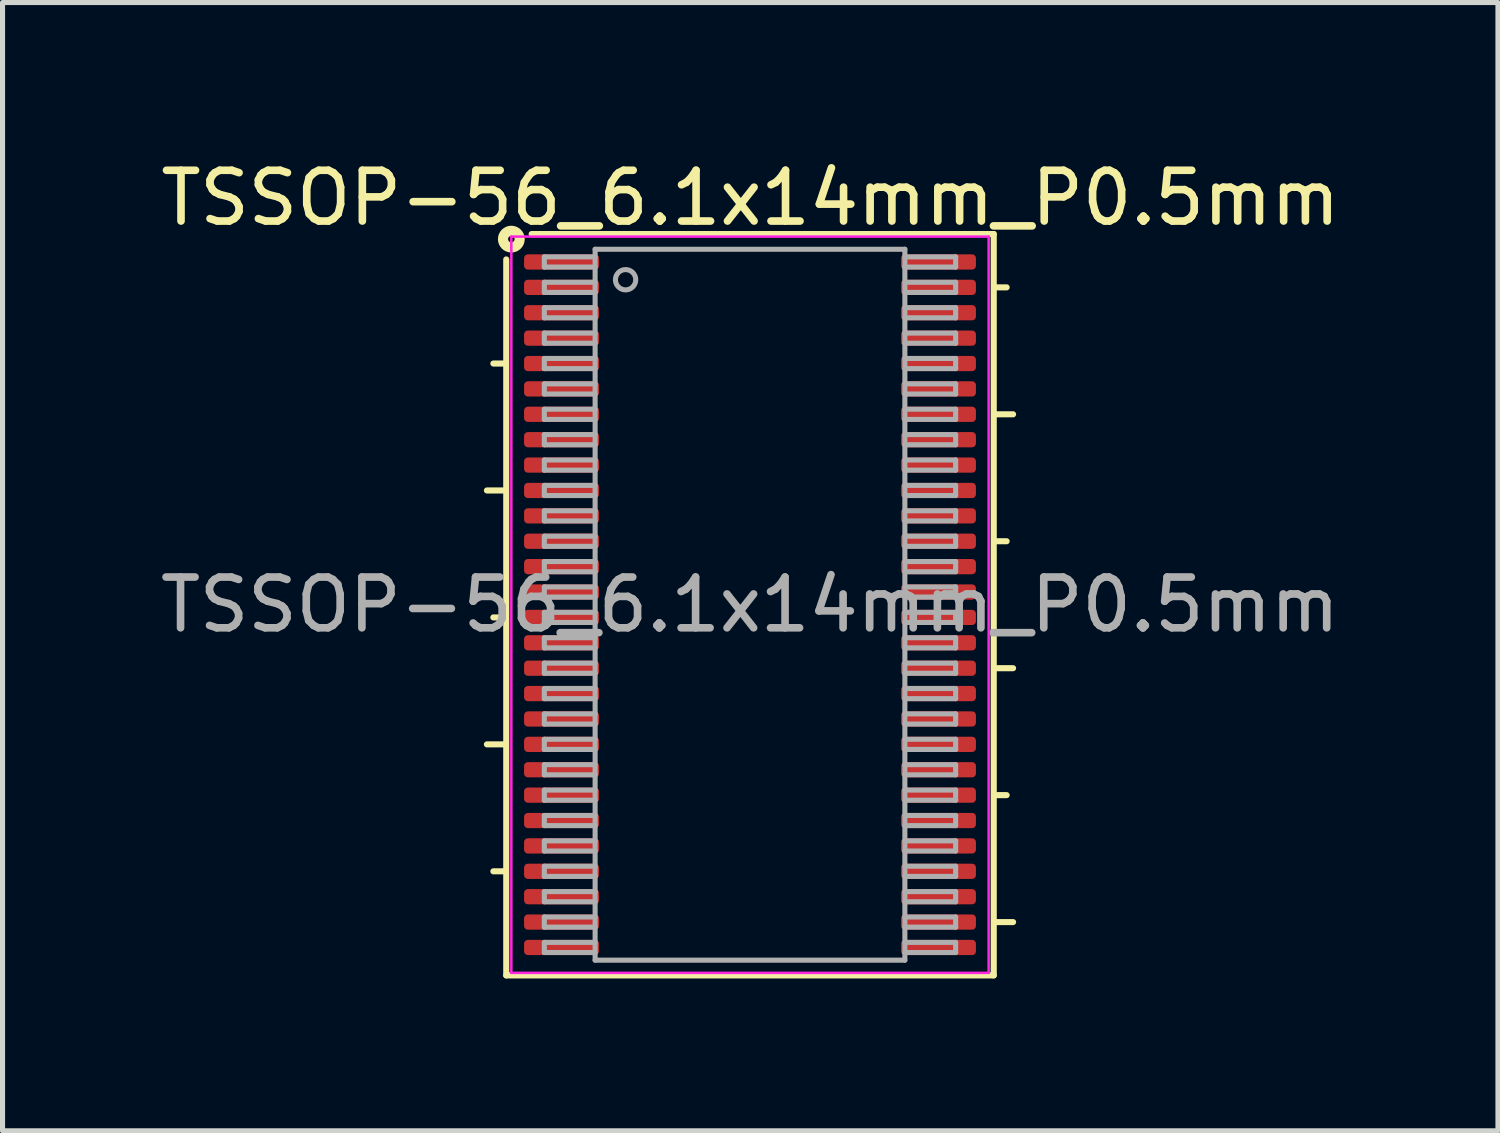
<source format=kicad_pcb>
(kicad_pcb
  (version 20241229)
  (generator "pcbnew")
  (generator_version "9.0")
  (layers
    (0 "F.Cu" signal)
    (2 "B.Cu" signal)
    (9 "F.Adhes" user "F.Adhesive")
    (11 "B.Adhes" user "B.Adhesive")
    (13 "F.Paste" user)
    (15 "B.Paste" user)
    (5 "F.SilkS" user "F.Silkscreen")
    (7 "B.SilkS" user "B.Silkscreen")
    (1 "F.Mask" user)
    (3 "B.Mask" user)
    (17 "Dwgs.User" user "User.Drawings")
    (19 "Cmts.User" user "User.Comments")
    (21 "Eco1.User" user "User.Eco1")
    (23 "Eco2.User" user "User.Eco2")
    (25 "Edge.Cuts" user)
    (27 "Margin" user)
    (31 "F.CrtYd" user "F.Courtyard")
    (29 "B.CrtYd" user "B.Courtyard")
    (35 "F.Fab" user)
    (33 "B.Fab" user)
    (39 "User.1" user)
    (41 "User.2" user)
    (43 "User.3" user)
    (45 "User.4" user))
  (footprint "TSSOP-56_6.1x14mm_P0.5mm"
    (layer "F.Cu")
    (at 11.72 8.859)
    (property "Reference" "TSSOP-56_6.1x14mm_P0.5mm" (at 0.009 -8.011 0) (layer "F.SilkS") (effects (font (size 1 1) (thickness 0.15))))
    (attr smd)
    (fp_line (start -5.181 -2.25) (end -4.851 -2.25) (stroke (width 0.12) (type solid)) (layer "F.SilkS"))
    (fp_line (start -5.181 2.75) (end -4.851 2.75) (stroke (width 0.12) (type solid)) (layer "F.SilkS"))
    (fp_line (start -5.054 -4.75) (end -4.851 -4.75) (stroke (width 0.12) (type solid)) (layer "F.SilkS"))
    (fp_line (start -5.054 0.25) (end -4.851 0.25) (stroke (width 0.12) (type solid)) (layer "F.SilkS"))
    (fp_line (start -5.054 5.25) (end -4.851 5.25) (stroke (width 0.12) (type solid)) (layer "F.SilkS"))
    (fp_line (start -4.8 -6.8) (end -4.8 7.3) (stroke (width 0.12) (type solid)) (layer "F.SilkS"))
    (fp_line (start -4.8 7.3) (end 4.8 7.3) (stroke (width 0.12) (type solid)) (layer "F.SilkS"))
    (fp_line (start 4.8 -7.3) (end -4.3 -7.3) (stroke (width 0.12) (type solid)) (layer "F.SilkS"))
    (fp_line (start 4.8 7.3) (end 4.8 -7.3) (stroke (width 0.12) (type solid)) (layer "F.SilkS"))
    (fp_line (start 5.054 -6.25) (end 4.851 -6.25) (stroke (width 0.12) (type solid)) (layer "F.SilkS"))
    (fp_line (start 5.054 -1.25) (end 4.851 -1.25) (stroke (width 0.12) (type solid)) (layer "F.SilkS"))
    (fp_line (start 5.054 3.75) (end 4.851 3.75) (stroke (width 0.12) (type solid)) (layer "F.SilkS"))
    (fp_line (start 5.181 -3.75) (end 4.851 -3.75) (stroke (width 0.12) (type solid)) (layer "F.SilkS"))
    (fp_line (start 5.181 1.25) (end 4.851 1.25) (stroke (width 0.12) (type solid)) (layer "F.SilkS"))
    (fp_line (start 5.181 6.25) (end 4.851 6.25) (stroke (width 0.12) (type solid)) (layer "F.SilkS"))
    (fp_circle (center -4.7 -7.2) (end -4.636 -7.2) (stroke (width 0.2) (type solid)) (fill no) (layer "F.SilkS"))
    (fp_line (start -4.7 -7.25) (end -4.7 7.25) (stroke (width 0.05) (type solid)) (layer "F.CrtYd"))
    (fp_line (start -4.7 7.25) (end 4.7 7.25) (stroke (width 0.05) (type solid)) (layer "F.CrtYd"))
    (fp_line (start 4.7 -7.25) (end -4.7 -7.25) (stroke (width 0.05) (type solid)) (layer "F.CrtYd"))
    (fp_line (start 4.7 7.25) (end 4.7 -7.25) (stroke (width 0.05) (type solid)) (layer "F.CrtYd"))
    (fp_line (start -4.05 -6.85) (end -4.05 -6.65) (stroke (width 0.1) (type solid)) (layer "F.Fab"))
    (fp_line (start -4.05 -6.85) (end -3.05 -6.85) (stroke (width 0.1) (type solid)) (layer "F.Fab"))
    (fp_line (start -4.05 -6.65) (end -3.05 -6.65) (stroke (width 0.1) (type solid)) (layer "F.Fab"))
    (fp_line (start -4.05 -6.35) (end -4.05 -6.15) (stroke (width 0.1) (type solid)) (layer "F.Fab"))
    (fp_line (start -4.05 -6.35) (end -3.05 -6.35) (stroke (width 0.1) (type solid)) (layer "F.Fab"))
    (fp_line (start -4.05 -6.15) (end -3.05 -6.15) (stroke (width 0.1) (type solid)) (layer "F.Fab"))
    (fp_line (start -4.05 -5.85) (end -4.05 -5.65) (stroke (width 0.1) (type solid)) (layer "F.Fab"))
    (fp_line (start -4.05 -5.85) (end -3.05 -5.85) (stroke (width 0.1) (type solid)) (layer "F.Fab"))
    (fp_line (start -4.05 -5.65) (end -3.05 -5.65) (stroke (width 0.1) (type solid)) (layer "F.Fab"))
    (fp_line (start -4.05 -5.35) (end -4.05 -5.15) (stroke (width 0.1) (type solid)) (layer "F.Fab"))
    (fp_line (start -4.05 -5.35) (end -3.05 -5.35) (stroke (width 0.1) (type solid)) (layer "F.Fab"))
    (fp_line (start -4.05 -5.15) (end -3.05 -5.15) (stroke (width 0.1) (type solid)) (layer "F.Fab"))
    (fp_line (start -4.05 -4.85) (end -4.05 -4.65) (stroke (width 0.1) (type solid)) (layer "F.Fab"))
    (fp_line (start -4.05 -4.85) (end -3.05 -4.85) (stroke (width 0.1) (type solid)) (layer "F.Fab"))
    (fp_line (start -4.05 -4.65) (end -3.05 -4.65) (stroke (width 0.1) (type solid)) (layer "F.Fab"))
    (fp_line (start -4.05 -4.35) (end -4.05 -4.15) (stroke (width 0.1) (type solid)) (layer "F.Fab"))
    (fp_line (start -4.05 -4.35) (end -3.05 -4.35) (stroke (width 0.1) (type solid)) (layer "F.Fab"))
    (fp_line (start -4.05 -4.15) (end -3.05 -4.15) (stroke (width 0.1) (type solid)) (layer "F.Fab"))
    (fp_line (start -4.05 -3.85) (end -4.05 -3.65) (stroke (width 0.1) (type solid)) (layer "F.Fab"))
    (fp_line (start -4.05 -3.85) (end -3.05 -3.85) (stroke (width 0.1) (type solid)) (layer "F.Fab"))
    (fp_line (start -4.05 -3.65) (end -3.05 -3.65) (stroke (width 0.1) (type solid)) (layer "F.Fab"))
    (fp_line (start -4.05 -3.35) (end -4.05 -3.15) (stroke (width 0.1) (type solid)) (layer "F.Fab"))
    (fp_line (start -4.05 -3.35) (end -3.05 -3.35) (stroke (width 0.1) (type solid)) (layer "F.Fab"))
    (fp_line (start -4.05 -3.15) (end -3.05 -3.15) (stroke (width 0.1) (type solid)) (layer "F.Fab"))
    (fp_line (start -4.05 -2.85) (end -4.05 -2.65) (stroke (width 0.1) (type solid)) (layer "F.Fab"))
    (fp_line (start -4.05 -2.85) (end -3.05 -2.85) (stroke (width 0.1) (type solid)) (layer "F.Fab"))
    (fp_line (start -4.05 -2.65) (end -3.05 -2.65) (stroke (width 0.1) (type solid)) (layer "F.Fab"))
    (fp_line (start -4.05 -2.35) (end -4.05 -2.15) (stroke (width 0.1) (type solid)) (layer "F.Fab"))
    (fp_line (start -4.05 -2.35) (end -3.05 -2.35) (stroke (width 0.1) (type solid)) (layer "F.Fab"))
    (fp_line (start -4.05 -2.15) (end -3.05 -2.15) (stroke (width 0.1) (type solid)) (layer "F.Fab"))
    (fp_line (start -4.05 -1.85) (end -4.05 -1.65) (stroke (width 0.1) (type solid)) (layer "F.Fab"))
    (fp_line (start -4.05 -1.85) (end -3.05 -1.85) (stroke (width 0.1) (type solid)) (layer "F.Fab"))
    (fp_line (start -4.05 -1.65) (end -3.05 -1.65) (stroke (width 0.1) (type solid)) (layer "F.Fab"))
    (fp_line (start -4.05 -1.35) (end -4.05 -1.15) (stroke (width 0.1) (type solid)) (layer "F.Fab"))
    (fp_line (start -4.05 -1.35) (end -3.05 -1.35) (stroke (width 0.1) (type solid)) (layer "F.Fab"))
    (fp_line (start -4.05 -1.15) (end -3.05 -1.15) (stroke (width 0.1) (type solid)) (layer "F.Fab"))
    (fp_line (start -4.05 -0.85) (end -4.05 -0.65) (stroke (width 0.1) (type solid)) (layer "F.Fab"))
    (fp_line (start -4.05 -0.85) (end -3.05 -0.85) (stroke (width 0.1) (type solid)) (layer "F.Fab"))
    (fp_line (start -4.05 -0.65) (end -3.05 -0.65) (stroke (width 0.1) (type solid)) (layer "F.Fab"))
    (fp_line (start -4.05 -0.35) (end -4.05 -0.15) (stroke (width 0.1) (type solid)) (layer "F.Fab"))
    (fp_line (start -4.05 -0.35) (end -3.05 -0.35) (stroke (width 0.1) (type solid)) (layer "F.Fab"))
    (fp_line (start -4.05 -0.15) (end -3.05 -0.15) (stroke (width 0.1) (type solid)) (layer "F.Fab"))
    (fp_line (start -4.05 0.15) (end -4.05 0.35) (stroke (width 0.1) (type solid)) (layer "F.Fab"))
    (fp_line (start -4.05 0.15) (end -3.05 0.15) (stroke (width 0.1) (type solid)) (layer "F.Fab"))
    (fp_line (start -4.05 0.35) (end -3.05 0.35) (stroke (width 0.1) (type solid)) (layer "F.Fab"))
    (fp_line (start -4.05 0.65) (end -4.05 0.85) (stroke (width 0.1) (type solid)) (layer "F.Fab"))
    (fp_line (start -4.05 0.65) (end -3.05 0.65) (stroke (width 0.1) (type solid)) (layer "F.Fab"))
    (fp_line (start -4.05 0.85) (end -3.05 0.85) (stroke (width 0.1) (type solid)) (layer "F.Fab"))
    (fp_line (start -4.05 1.15) (end -4.05 1.35) (stroke (width 0.1) (type solid)) (layer "F.Fab"))
    (fp_line (start -4.05 1.15) (end -3.05 1.15) (stroke (width 0.1) (type solid)) (layer "F.Fab"))
    (fp_line (start -4.05 1.35) (end -3.05 1.35) (stroke (width 0.1) (type solid)) (layer "F.Fab"))
    (fp_line (start -4.05 1.65) (end -4.05 1.85) (stroke (width 0.1) (type solid)) (layer "F.Fab"))
    (fp_line (start -4.05 1.65) (end -3.05 1.65) (stroke (width 0.1) (type solid)) (layer "F.Fab"))
    (fp_line (start -4.05 1.85) (end -3.05 1.85) (stroke (width 0.1) (type solid)) (layer "F.Fab"))
    (fp_line (start -4.05 2.15) (end -4.05 2.35) (stroke (width 0.1) (type solid)) (layer "F.Fab"))
    (fp_line (start -4.05 2.15) (end -3.05 2.15) (stroke (width 0.1) (type solid)) (layer "F.Fab"))
    (fp_line (start -4.05 2.35) (end -3.05 2.35) (stroke (width 0.1) (type solid)) (layer "F.Fab"))
    (fp_line (start -4.05 2.65) (end -4.05 2.85) (stroke (width 0.1) (type solid)) (layer "F.Fab"))
    (fp_line (start -4.05 2.65) (end -3.05 2.65) (stroke (width 0.1) (type solid)) (layer "F.Fab"))
    (fp_line (start -4.05 2.85) (end -3.05 2.85) (stroke (width 0.1) (type solid)) (layer "F.Fab"))
    (fp_line (start -4.05 3.15) (end -4.05 3.35) (stroke (width 0.1) (type solid)) (layer "F.Fab"))
    (fp_line (start -4.05 3.15) (end -3.05 3.15) (stroke (width 0.1) (type solid)) (layer "F.Fab"))
    (fp_line (start -4.05 3.35) (end -3.05 3.35) (stroke (width 0.1) (type solid)) (layer "F.Fab"))
    (fp_line (start -4.05 3.65) (end -4.05 3.85) (stroke (width 0.1) (type solid)) (layer "F.Fab"))
    (fp_line (start -4.05 3.65) (end -3.05 3.65) (stroke (width 0.1) (type solid)) (layer "F.Fab"))
    (fp_line (start -4.05 3.85) (end -3.05 3.85) (stroke (width 0.1) (type solid)) (layer "F.Fab"))
    (fp_line (start -4.05 4.15) (end -4.05 4.35) (stroke (width 0.1) (type solid)) (layer "F.Fab"))
    (fp_line (start -4.05 4.15) (end -3.05 4.15) (stroke (width 0.1) (type solid)) (layer "F.Fab"))
    (fp_line (start -4.05 4.35) (end -3.05 4.35) (stroke (width 0.1) (type solid)) (layer "F.Fab"))
    (fp_line (start -4.05 4.65) (end -4.05 4.85) (stroke (width 0.1) (type solid)) (layer "F.Fab"))
    (fp_line (start -4.05 4.65) (end -3.05 4.65) (stroke (width 0.1) (type solid)) (layer "F.Fab"))
    (fp_line (start -4.05 4.85) (end -3.05 4.85) (stroke (width 0.1) (type solid)) (layer "F.Fab"))
    (fp_line (start -4.05 5.15) (end -4.05 5.35) (stroke (width 0.1) (type solid)) (layer "F.Fab"))
    (fp_line (start -4.05 5.15) (end -3.05 5.15) (stroke (width 0.1) (type solid)) (layer "F.Fab"))
    (fp_line (start -4.05 5.35) (end -3.05 5.35) (stroke (width 0.1) (type solid)) (layer "F.Fab"))
    (fp_line (start -4.05 5.65) (end -4.05 5.85) (stroke (width 0.1) (type solid)) (layer "F.Fab"))
    (fp_line (start -4.05 5.65) (end -3.05 5.65) (stroke (width 0.1) (type solid)) (layer "F.Fab"))
    (fp_line (start -4.05 5.85) (end -3.05 5.85) (stroke (width 0.1) (type solid)) (layer "F.Fab"))
    (fp_line (start -4.05 6.15) (end -4.05 6.35) (stroke (width 0.1) (type solid)) (layer "F.Fab"))
    (fp_line (start -4.05 6.15) (end -3.05 6.15) (stroke (width 0.1) (type solid)) (layer "F.Fab"))
    (fp_line (start -4.05 6.35) (end -3.05 6.35) (stroke (width 0.1) (type solid)) (layer "F.Fab"))
    (fp_line (start -4.05 6.65) (end -4.05 6.85) (stroke (width 0.1) (type solid)) (layer "F.Fab"))
    (fp_line (start -4.05 6.65) (end -3.05 6.65) (stroke (width 0.1) (type solid)) (layer "F.Fab"))
    (fp_line (start -4.05 6.85) (end -3.05 6.85) (stroke (width 0.1) (type solid)) (layer "F.Fab"))
    (fp_line (start -3.05 -7) (end 3.05 -7) (stroke (width 0.1) (type solid)) (layer "F.Fab"))
    (fp_line (start -3.05 7) (end -3.05 -7) (stroke (width 0.1) (type solid)) (layer "F.Fab"))
    (fp_line (start 3.05 -7) (end 3.05 7) (stroke (width 0.1) (type solid)) (layer "F.Fab"))
    (fp_line (start 3.05 7) (end -3.05 7) (stroke (width 0.1) (type solid)) (layer "F.Fab"))
    (fp_line (start 4.05 -6.85) (end 3.05 -6.85) (stroke (width 0.1) (type solid)) (layer "F.Fab"))
    (fp_line (start 4.05 -6.65) (end 3.05 -6.65) (stroke (width 0.1) (type solid)) (layer "F.Fab"))
    (fp_line (start 4.05 -6.65) (end 4.05 -6.85) (stroke (width 0.1) (type solid)) (layer "F.Fab"))
    (fp_line (start 4.05 -6.35) (end 3.05 -6.35) (stroke (width 0.1) (type solid)) (layer "F.Fab"))
    (fp_line (start 4.05 -6.15) (end 3.05 -6.15) (stroke (width 0.1) (type solid)) (layer "F.Fab"))
    (fp_line (start 4.05 -6.15) (end 4.05 -6.35) (stroke (width 0.1) (type solid)) (layer "F.Fab"))
    (fp_line (start 4.05 -5.85) (end 3.05 -5.85) (stroke (width 0.1) (type solid)) (layer "F.Fab"))
    (fp_line (start 4.05 -5.65) (end 3.05 -5.65) (stroke (width 0.1) (type solid)) (layer "F.Fab"))
    (fp_line (start 4.05 -5.65) (end 4.05 -5.85) (stroke (width 0.1) (type solid)) (layer "F.Fab"))
    (fp_line (start 4.05 -5.35) (end 3.05 -5.35) (stroke (width 0.1) (type solid)) (layer "F.Fab"))
    (fp_line (start 4.05 -5.15) (end 3.05 -5.15) (stroke (width 0.1) (type solid)) (layer "F.Fab"))
    (fp_line (start 4.05 -5.15) (end 4.05 -5.35) (stroke (width 0.1) (type solid)) (layer "F.Fab"))
    (fp_line (start 4.05 -4.85) (end 3.05 -4.85) (stroke (width 0.1) (type solid)) (layer "F.Fab"))
    (fp_line (start 4.05 -4.65) (end 3.05 -4.65) (stroke (width 0.1) (type solid)) (layer "F.Fab"))
    (fp_line (start 4.05 -4.65) (end 4.05 -4.85) (stroke (width 0.1) (type solid)) (layer "F.Fab"))
    (fp_line (start 4.05 -4.35) (end 3.05 -4.35) (stroke (width 0.1) (type solid)) (layer "F.Fab"))
    (fp_line (start 4.05 -4.15) (end 3.05 -4.15) (stroke (width 0.1) (type solid)) (layer "F.Fab"))
    (fp_line (start 4.05 -4.15) (end 4.05 -4.35) (stroke (width 0.1) (type solid)) (layer "F.Fab"))
    (fp_line (start 4.05 -3.85) (end 3.05 -3.85) (stroke (width 0.1) (type solid)) (layer "F.Fab"))
    (fp_line (start 4.05 -3.65) (end 3.05 -3.65) (stroke (width 0.1) (type solid)) (layer "F.Fab"))
    (fp_line (start 4.05 -3.65) (end 4.05 -3.85) (stroke (width 0.1) (type solid)) (layer "F.Fab"))
    (fp_line (start 4.05 -3.35) (end 3.05 -3.35) (stroke (width 0.1) (type solid)) (layer "F.Fab"))
    (fp_line (start 4.05 -3.15) (end 3.05 -3.15) (stroke (width 0.1) (type solid)) (layer "F.Fab"))
    (fp_line (start 4.05 -3.15) (end 4.05 -3.35) (stroke (width 0.1) (type solid)) (layer "F.Fab"))
    (fp_line (start 4.05 -2.85) (end 3.05 -2.85) (stroke (width 0.1) (type solid)) (layer "F.Fab"))
    (fp_line (start 4.05 -2.65) (end 3.05 -2.65) (stroke (width 0.1) (type solid)) (layer "F.Fab"))
    (fp_line (start 4.05 -2.65) (end 4.05 -2.85) (stroke (width 0.1) (type solid)) (layer "F.Fab"))
    (fp_line (start 4.05 -2.35) (end 3.05 -2.35) (stroke (width 0.1) (type solid)) (layer "F.Fab"))
    (fp_line (start 4.05 -2.15) (end 3.05 -2.15) (stroke (width 0.1) (type solid)) (layer "F.Fab"))
    (fp_line (start 4.05 -2.15) (end 4.05 -2.35) (stroke (width 0.1) (type solid)) (layer "F.Fab"))
    (fp_line (start 4.05 -1.85) (end 3.05 -1.85) (stroke (width 0.1) (type solid)) (layer "F.Fab"))
    (fp_line (start 4.05 -1.65) (end 3.05 -1.65) (stroke (width 0.1) (type solid)) (layer "F.Fab"))
    (fp_line (start 4.05 -1.65) (end 4.05 -1.85) (stroke (width 0.1) (type solid)) (layer "F.Fab"))
    (fp_line (start 4.05 -1.35) (end 3.05 -1.35) (stroke (width 0.1) (type solid)) (layer "F.Fab"))
    (fp_line (start 4.05 -1.15) (end 3.05 -1.15) (stroke (width 0.1) (type solid)) (layer "F.Fab"))
    (fp_line (start 4.05 -1.15) (end 4.05 -1.35) (stroke (width 0.1) (type solid)) (layer "F.Fab"))
    (fp_line (start 4.05 -0.85) (end 3.05 -0.85) (stroke (width 0.1) (type solid)) (layer "F.Fab"))
    (fp_line (start 4.05 -0.65) (end 3.05 -0.65) (stroke (width 0.1) (type solid)) (layer "F.Fab"))
    (fp_line (start 4.05 -0.65) (end 4.05 -0.85) (stroke (width 0.1) (type solid)) (layer "F.Fab"))
    (fp_line (start 4.05 -0.35) (end 3.05 -0.35) (stroke (width 0.1) (type solid)) (layer "F.Fab"))
    (fp_line (start 4.05 -0.15) (end 3.05 -0.15) (stroke (width 0.1) (type solid)) (layer "F.Fab"))
    (fp_line (start 4.05 -0.15) (end 4.05 -0.35) (stroke (width 0.1) (type solid)) (layer "F.Fab"))
    (fp_line (start 4.05 0.15) (end 3.05 0.15) (stroke (width 0.1) (type solid)) (layer "F.Fab"))
    (fp_line (start 4.05 0.35) (end 3.05 0.35) (stroke (width 0.1) (type solid)) (layer "F.Fab"))
    (fp_line (start 4.05 0.35) (end 4.05 0.15) (stroke (width 0.1) (type solid)) (layer "F.Fab"))
    (fp_line (start 4.05 0.65) (end 3.05 0.65) (stroke (width 0.1) (type solid)) (layer "F.Fab"))
    (fp_line (start 4.05 0.85) (end 3.05 0.85) (stroke (width 0.1) (type solid)) (layer "F.Fab"))
    (fp_line (start 4.05 0.85) (end 4.05 0.65) (stroke (width 0.1) (type solid)) (layer "F.Fab"))
    (fp_line (start 4.05 1.15) (end 3.05 1.15) (stroke (width 0.1) (type solid)) (layer "F.Fab"))
    (fp_line (start 4.05 1.35) (end 3.05 1.35) (stroke (width 0.1) (type solid)) (layer "F.Fab"))
    (fp_line (start 4.05 1.35) (end 4.05 1.15) (stroke (width 0.1) (type solid)) (layer "F.Fab"))
    (fp_line (start 4.05 1.65) (end 3.05 1.65) (stroke (width 0.1) (type solid)) (layer "F.Fab"))
    (fp_line (start 4.05 1.85) (end 3.05 1.85) (stroke (width 0.1) (type solid)) (layer "F.Fab"))
    (fp_line (start 4.05 1.85) (end 4.05 1.65) (stroke (width 0.1) (type solid)) (layer "F.Fab"))
    (fp_line (start 4.05 2.15) (end 3.05 2.15) (stroke (width 0.1) (type solid)) (layer "F.Fab"))
    (fp_line (start 4.05 2.35) (end 3.05 2.35) (stroke (width 0.1) (type solid)) (layer "F.Fab"))
    (fp_line (start 4.05 2.35) (end 4.05 2.15) (stroke (width 0.1) (type solid)) (layer "F.Fab"))
    (fp_line (start 4.05 2.65) (end 3.05 2.65) (stroke (width 0.1) (type solid)) (layer "F.Fab"))
    (fp_line (start 4.05 2.85) (end 3.05 2.85) (stroke (width 0.1) (type solid)) (layer "F.Fab"))
    (fp_line (start 4.05 2.85) (end 4.05 2.65) (stroke (width 0.1) (type solid)) (layer "F.Fab"))
    (fp_line (start 4.05 3.15) (end 3.05 3.15) (stroke (width 0.1) (type solid)) (layer "F.Fab"))
    (fp_line (start 4.05 3.35) (end 3.05 3.35) (stroke (width 0.1) (type solid)) (layer "F.Fab"))
    (fp_line (start 4.05 3.35) (end 4.05 3.15) (stroke (width 0.1) (type solid)) (layer "F.Fab"))
    (fp_line (start 4.05 3.65) (end 3.05 3.65) (stroke (width 0.1) (type solid)) (layer "F.Fab"))
    (fp_line (start 4.05 3.85) (end 3.05 3.85) (stroke (width 0.1) (type solid)) (layer "F.Fab"))
    (fp_line (start 4.05 3.85) (end 4.05 3.65) (stroke (width 0.1) (type solid)) (layer "F.Fab"))
    (fp_line (start 4.05 4.15) (end 3.05 4.15) (stroke (width 0.1) (type solid)) (layer "F.Fab"))
    (fp_line (start 4.05 4.35) (end 3.05 4.35) (stroke (width 0.1) (type solid)) (layer "F.Fab"))
    (fp_line (start 4.05 4.35) (end 4.05 4.15) (stroke (width 0.1) (type solid)) (layer "F.Fab"))
    (fp_line (start 4.05 4.65) (end 3.05 4.65) (stroke (width 0.1) (type solid)) (layer "F.Fab"))
    (fp_line (start 4.05 4.85) (end 3.05 4.85) (stroke (width 0.1) (type solid)) (layer "F.Fab"))
    (fp_line (start 4.05 4.85) (end 4.05 4.65) (stroke (width 0.1) (type solid)) (layer "F.Fab"))
    (fp_line (start 4.05 5.15) (end 3.05 5.15) (stroke (width 0.1) (type solid)) (layer "F.Fab"))
    (fp_line (start 4.05 5.35) (end 3.05 5.35) (stroke (width 0.1) (type solid)) (layer "F.Fab"))
    (fp_line (start 4.05 5.35) (end 4.05 5.15) (stroke (width 0.1) (type solid)) (layer "F.Fab"))
    (fp_line (start 4.05 5.65) (end 3.05 5.65) (stroke (width 0.1) (type solid)) (layer "F.Fab"))
    (fp_line (start 4.05 5.85) (end 3.05 5.85) (stroke (width 0.1) (type solid)) (layer "F.Fab"))
    (fp_line (start 4.05 5.85) (end 4.05 5.65) (stroke (width 0.1) (type solid)) (layer "F.Fab"))
    (fp_line (start 4.05 6.15) (end 3.05 6.15) (stroke (width 0.1) (type solid)) (layer "F.Fab"))
    (fp_line (start 4.05 6.35) (end 3.05 6.35) (stroke (width 0.1) (type solid)) (layer "F.Fab"))
    (fp_line (start 4.05 6.35) (end 4.05 6.15) (stroke (width 0.1) (type solid)) (layer "F.Fab"))
    (fp_line (start 4.05 6.65) (end 3.05 6.65) (stroke (width 0.1) (type solid)) (layer "F.Fab"))
    (fp_line (start 4.05 6.85) (end 3.05 6.85) (stroke (width 0.1) (type solid)) (layer "F.Fab"))
    (fp_line (start 4.05 6.85) (end 4.05 6.65) (stroke (width 0.1) (type solid)) (layer "F.Fab"))
    (fp_circle (center -2.45 -6.4) (end -2.25 -6.4) (stroke (width 0.1) (type solid)) (fill no) (layer "F.Fab"))
    (fp_text user "${REFERENCE}" (at 0 0 0) (layer "F.Fab") (effects (font (size 1 1) (thickness 0.15))))
    (pad "1" smd roundrect (at -3.712 -6.75) (size 1.475 0.3) (layers "F.Cu" "F.Mask" "F.Paste") (roundrect_rratio 0.25))
    (pad "2" smd roundrect (at -3.712 -6.25) (size 1.475 0.3) (layers "F.Cu" "F.Mask" "F.Paste") (roundrect_rratio 0.25))
    (pad "3" smd roundrect (at -3.712 -5.75) (size 1.475 0.3) (layers "F.Cu" "F.Mask" "F.Paste") (roundrect_rratio 0.25))
    (pad "4" smd roundrect (at -3.712 -5.25) (size 1.475 0.3) (layers "F.Cu" "F.Mask" "F.Paste") (roundrect_rratio 0.25))
    (pad "5" smd roundrect (at -3.712 -4.75) (size 1.475 0.3) (layers "F.Cu" "F.Mask" "F.Paste") (roundrect_rratio 0.25))
    (pad "6" smd roundrect (at -3.712 -4.25) (size 1.475 0.3) (layers "F.Cu" "F.Mask" "F.Paste") (roundrect_rratio 0.25))
    (pad "7" smd roundrect (at -3.712 -3.75) (size 1.475 0.3) (layers "F.Cu" "F.Mask" "F.Paste") (roundrect_rratio 0.25))
    (pad "8" smd roundrect (at -3.712 -3.25) (size 1.475 0.3) (layers "F.Cu" "F.Mask" "F.Paste") (roundrect_rratio 0.25))
    (pad "9" smd roundrect (at -3.712 -2.75) (size 1.475 0.3) (layers "F.Cu" "F.Mask" "F.Paste") (roundrect_rratio 0.25))
    (pad "10" smd roundrect (at -3.712 -2.25) (size 1.475 0.3) (layers "F.Cu" "F.Mask" "F.Paste") (roundrect_rratio 0.25))
    (pad "11" smd roundrect (at -3.712 -1.75) (size 1.475 0.3) (layers "F.Cu" "F.Mask" "F.Paste") (roundrect_rratio 0.25))
    (pad "12" smd roundrect (at -3.712 -1.25) (size 1.475 0.3) (layers "F.Cu" "F.Mask" "F.Paste") (roundrect_rratio 0.25))
    (pad "13" smd roundrect (at -3.712 -0.75) (size 1.475 0.3) (layers "F.Cu" "F.Mask" "F.Paste") (roundrect_rratio 0.25))
    (pad "14" smd roundrect (at -3.712 -0.25) (size 1.475 0.3) (layers "F.Cu" "F.Mask" "F.Paste") (roundrect_rratio 0.25))
    (pad "15" smd roundrect (at -3.712 0.25) (size 1.475 0.3) (layers "F.Cu" "F.Mask" "F.Paste") (roundrect_rratio 0.25))
    (pad "16" smd roundrect (at -3.712 0.75) (size 1.475 0.3) (layers "F.Cu" "F.Mask" "F.Paste") (roundrect_rratio 0.25))
    (pad "17" smd roundrect (at -3.712 1.25) (size 1.475 0.3) (layers "F.Cu" "F.Mask" "F.Paste") (roundrect_rratio 0.25))
    (pad "18" smd roundrect (at -3.712 1.75) (size 1.475 0.3) (layers "F.Cu" "F.Mask" "F.Paste") (roundrect_rratio 0.25))
    (pad "19" smd roundrect (at -3.712 2.25) (size 1.475 0.3) (layers "F.Cu" "F.Mask" "F.Paste") (roundrect_rratio 0.25))
    (pad "20" smd roundrect (at -3.712 2.75) (size 1.475 0.3) (layers "F.Cu" "F.Mask" "F.Paste") (roundrect_rratio 0.25))
    (pad "21" smd roundrect (at -3.712 3.25) (size 1.475 0.3) (layers "F.Cu" "F.Mask" "F.Paste") (roundrect_rratio 0.25))
    (pad "22" smd roundrect (at -3.712 3.75) (size 1.475 0.3) (layers "F.Cu" "F.Mask" "F.Paste") (roundrect_rratio 0.25))
    (pad "23" smd roundrect (at -3.712 4.25) (size 1.475 0.3) (layers "F.Cu" "F.Mask" "F.Paste") (roundrect_rratio 0.25))
    (pad "24" smd roundrect (at -3.712 4.75) (size 1.475 0.3) (layers "F.Cu" "F.Mask" "F.Paste") (roundrect_rratio 0.25))
    (pad "25" smd roundrect (at -3.712 5.25) (size 1.475 0.3) (layers "F.Cu" "F.Mask" "F.Paste") (roundrect_rratio 0.25))
    (pad "26" smd roundrect (at -3.712 5.75) (size 1.475 0.3) (layers "F.Cu" "F.Mask" "F.Paste") (roundrect_rratio 0.25))
    (pad "27" smd roundrect (at -3.712 6.25) (size 1.475 0.3) (layers "F.Cu" "F.Mask" "F.Paste") (roundrect_rratio 0.25))
    (pad "28" smd roundrect (at -3.712 6.75) (size 1.475 0.3) (layers "F.Cu" "F.Mask" "F.Paste") (roundrect_rratio 0.25))
    (pad "29" smd roundrect (at 3.712 6.75) (size 1.475 0.3) (layers "F.Cu" "F.Mask" "F.Paste") (roundrect_rratio 0.25))
    (pad "30" smd roundrect (at 3.712 6.25) (size 1.475 0.3) (layers "F.Cu" "F.Mask" "F.Paste") (roundrect_rratio 0.25))
    (pad "31" smd roundrect (at 3.712 5.75) (size 1.475 0.3) (layers "F.Cu" "F.Mask" "F.Paste") (roundrect_rratio 0.25))
    (pad "32" smd roundrect (at 3.712 5.25) (size 1.475 0.3) (layers "F.Cu" "F.Mask" "F.Paste") (roundrect_rratio 0.25))
    (pad "33" smd roundrect (at 3.712 4.75) (size 1.475 0.3) (layers "F.Cu" "F.Mask" "F.Paste") (roundrect_rratio 0.25))
    (pad "34" smd roundrect (at 3.712 4.25) (size 1.475 0.3) (layers "F.Cu" "F.Mask" "F.Paste") (roundrect_rratio 0.25))
    (pad "35" smd roundrect (at 3.712 3.75) (size 1.475 0.3) (layers "F.Cu" "F.Mask" "F.Paste") (roundrect_rratio 0.25))
    (pad "36" smd roundrect (at 3.712 3.25) (size 1.475 0.3) (layers "F.Cu" "F.Mask" "F.Paste") (roundrect_rratio 0.25))
    (pad "37" smd roundrect (at 3.712 2.75) (size 1.475 0.3) (layers "F.Cu" "F.Mask" "F.Paste") (roundrect_rratio 0.25))
    (pad "38" smd roundrect (at 3.712 2.25) (size 1.475 0.3) (layers "F.Cu" "F.Mask" "F.Paste") (roundrect_rratio 0.25))
    (pad "39" smd roundrect (at 3.712 1.75) (size 1.475 0.3) (layers "F.Cu" "F.Mask" "F.Paste") (roundrect_rratio 0.25))
    (pad "40" smd roundrect (at 3.712 1.25) (size 1.475 0.3) (layers "F.Cu" "F.Mask" "F.Paste") (roundrect_rratio 0.25))
    (pad "41" smd roundrect (at 3.712 0.75) (size 1.475 0.3) (layers "F.Cu" "F.Mask" "F.Paste") (roundrect_rratio 0.25))
    (pad "42" smd roundrect (at 3.712 0.25) (size 1.475 0.3) (layers "F.Cu" "F.Mask" "F.Paste") (roundrect_rratio 0.25))
    (pad "43" smd roundrect (at 3.712 -0.25) (size 1.475 0.3) (layers "F.Cu" "F.Mask" "F.Paste") (roundrect_rratio 0.25))
    (pad "44" smd roundrect (at 3.712 -0.75) (size 1.475 0.3) (layers "F.Cu" "F.Mask" "F.Paste") (roundrect_rratio 0.25))
    (pad "45" smd roundrect (at 3.712 -1.25) (size 1.475 0.3) (layers "F.Cu" "F.Mask" "F.Paste") (roundrect_rratio 0.25))
    (pad "46" smd roundrect (at 3.712 -1.75) (size 1.475 0.3) (layers "F.Cu" "F.Mask" "F.Paste") (roundrect_rratio 0.25))
    (pad "47" smd roundrect (at 3.712 -2.25) (size 1.475 0.3) (layers "F.Cu" "F.Mask" "F.Paste") (roundrect_rratio 0.25))
    (pad "48" smd roundrect (at 3.712 -2.75) (size 1.475 0.3) (layers "F.Cu" "F.Mask" "F.Paste") (roundrect_rratio 0.25))
    (pad "49" smd roundrect (at 3.712 -3.25) (size 1.475 0.3) (layers "F.Cu" "F.Mask" "F.Paste") (roundrect_rratio 0.25))
    (pad "50" smd roundrect (at 3.712 -3.75) (size 1.475 0.3) (layers "F.Cu" "F.Mask" "F.Paste") (roundrect_rratio 0.25))
    (pad "51" smd roundrect (at 3.712 -4.25) (size 1.475 0.3) (layers "F.Cu" "F.Mask" "F.Paste") (roundrect_rratio 0.25))
    (pad "52" smd roundrect (at 3.712 -4.75) (size 1.475 0.3) (layers "F.Cu" "F.Mask" "F.Paste") (roundrect_rratio 0.25))
    (pad "53" smd roundrect (at 3.712 -5.25) (size 1.475 0.3) (layers "F.Cu" "F.Mask" "F.Paste") (roundrect_rratio 0.25))
    (pad "54" smd roundrect (at 3.712 -5.75) (size 1.475 0.3) (layers "F.Cu" "F.Mask" "F.Paste") (roundrect_rratio 0.25))
    (pad "55" smd roundrect (at 3.712 -6.25) (size 1.475 0.3) (layers "F.Cu" "F.Mask" "F.Paste") (roundrect_rratio 0.25))
    (pad "56" smd roundrect (at 3.712 -6.75) (size 1.475 0.3) (layers "F.Cu" "F.Mask" "F.Paste") (roundrect_rratio 0.25)))
  (gr_rect
    (start -3 -3)
    (end 26.45 19.219)
    (stroke (width 0.1) (type default))
    (fill no)
    (layer "Edge.Cuts")))
</source>
